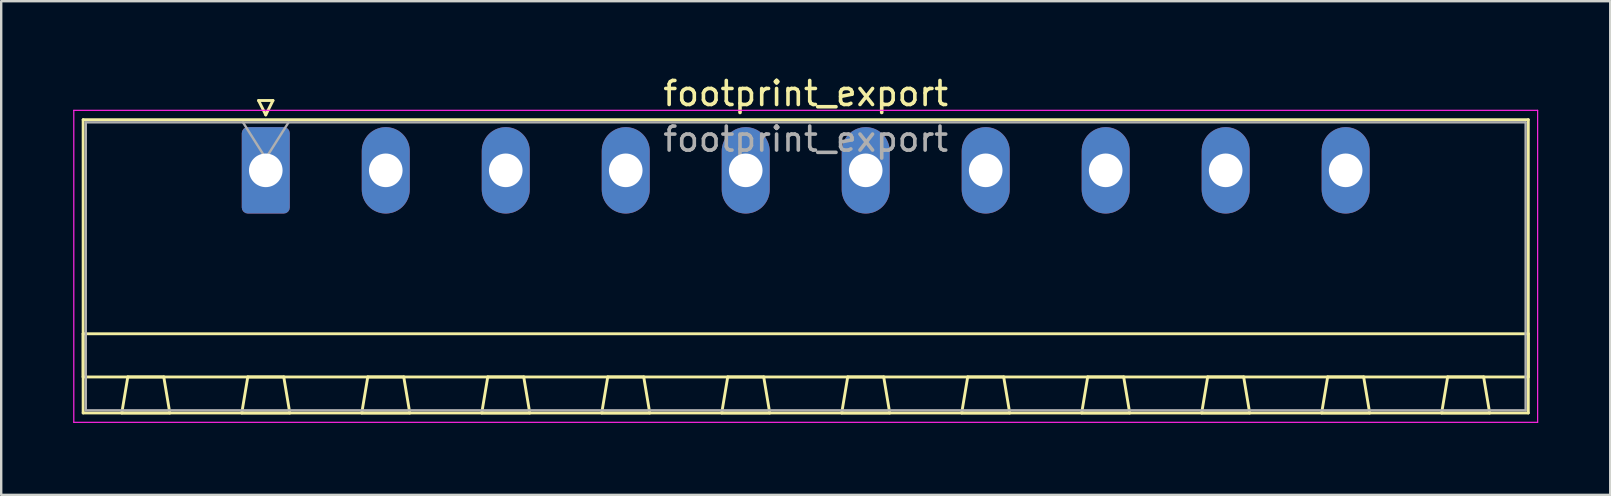
<source format=kicad_pcb>
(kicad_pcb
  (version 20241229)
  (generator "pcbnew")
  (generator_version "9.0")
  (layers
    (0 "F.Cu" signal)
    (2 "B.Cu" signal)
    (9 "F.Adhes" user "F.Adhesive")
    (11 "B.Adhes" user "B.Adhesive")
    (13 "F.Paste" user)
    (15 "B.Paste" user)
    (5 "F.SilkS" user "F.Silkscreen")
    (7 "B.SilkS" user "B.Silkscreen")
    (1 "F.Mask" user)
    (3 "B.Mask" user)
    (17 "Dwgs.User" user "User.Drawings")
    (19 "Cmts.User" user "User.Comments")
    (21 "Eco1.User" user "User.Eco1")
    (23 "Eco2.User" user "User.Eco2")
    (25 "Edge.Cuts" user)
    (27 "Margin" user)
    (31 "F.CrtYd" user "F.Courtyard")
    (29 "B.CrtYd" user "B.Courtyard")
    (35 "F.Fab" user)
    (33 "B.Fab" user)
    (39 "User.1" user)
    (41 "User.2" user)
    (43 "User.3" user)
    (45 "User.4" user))
  (footprint "footprint_export"
    (layer "F.Cu")
    (at 8.025 4.048)
    (property "Reference" "footprint_export" (at 22.5 -3.2 0) (layer "F.SilkS") (effects (font (size 1 1) (thickness 0.15))))
    (attr through_hole)
    (fp_line (start -7.61 -2.11) (end -7.61 10.11) (stroke (width 0.12) (type solid)) (layer "F.SilkS"))
    (fp_line (start -7.61 6.81) (end 52.61 6.81) (stroke (width 0.12) (type solid)) (layer "F.SilkS"))
    (fp_line (start -7.61 8.61) (end -7.61 6.81) (stroke (width 0.12) (type solid)) (layer "F.SilkS"))
    (fp_line (start -7.61 10.11) (end 52.61 10.11) (stroke (width 0.12) (type solid)) (layer "F.SilkS"))
    (fp_line (start -6 10.11) (end -4 10.11) (stroke (width 0.12) (type solid)) (layer "F.SilkS"))
    (fp_line (start -5.75 8.61) (end -6 10.11) (stroke (width 0.12) (type solid)) (layer "F.SilkS"))
    (fp_line (start -4.25 8.61) (end -5.75 8.61) (stroke (width 0.12) (type solid)) (layer "F.SilkS"))
    (fp_line (start -4 10.11) (end -4.25 8.61) (stroke (width 0.12) (type solid)) (layer "F.SilkS"))
    (fp_line (start -1 10.11) (end 1 10.11) (stroke (width 0.12) (type solid)) (layer "F.SilkS"))
    (fp_line (start -0.75 8.61) (end -1 10.11) (stroke (width 0.12) (type solid)) (layer "F.SilkS"))
    (fp_line (start -0.3 -2.91) (end 0.3 -2.91) (stroke (width 0.12) (type solid)) (layer "F.SilkS"))
    (fp_line (start 0 -2.31) (end -0.3 -2.91) (stroke (width 0.12) (type solid)) (layer "F.SilkS"))
    (fp_line (start 0.3 -2.91) (end 0 -2.31) (stroke (width 0.12) (type solid)) (layer "F.SilkS"))
    (fp_line (start 0.75 8.61) (end -0.75 8.61) (stroke (width 0.12) (type solid)) (layer "F.SilkS"))
    (fp_line (start 1 10.11) (end 0.75 8.61) (stroke (width 0.12) (type solid)) (layer "F.SilkS"))
    (fp_line (start 4 10.11) (end 6 10.11) (stroke (width 0.12) (type solid)) (layer "F.SilkS"))
    (fp_line (start 4.25 8.61) (end 4 10.11) (stroke (width 0.12) (type solid)) (layer "F.SilkS"))
    (fp_line (start 5.75 8.61) (end 4.25 8.61) (stroke (width 0.12) (type solid)) (layer "F.SilkS"))
    (fp_line (start 6 10.11) (end 5.75 8.61) (stroke (width 0.12) (type solid)) (layer "F.SilkS"))
    (fp_line (start 9 10.11) (end 11 10.11) (stroke (width 0.12) (type solid)) (layer "F.SilkS"))
    (fp_line (start 9.25 8.61) (end 9 10.11) (stroke (width 0.12) (type solid)) (layer "F.SilkS"))
    (fp_line (start 10.75 8.61) (end 9.25 8.61) (stroke (width 0.12) (type solid)) (layer "F.SilkS"))
    (fp_line (start 11 10.11) (end 10.75 8.61) (stroke (width 0.12) (type solid)) (layer "F.SilkS"))
    (fp_line (start 14 10.11) (end 16 10.11) (stroke (width 0.12) (type solid)) (layer "F.SilkS"))
    (fp_line (start 14.25 8.61) (end 14 10.11) (stroke (width 0.12) (type solid)) (layer "F.SilkS"))
    (fp_line (start 15.75 8.61) (end 14.25 8.61) (stroke (width 0.12) (type solid)) (layer "F.SilkS"))
    (fp_line (start 16 10.11) (end 15.75 8.61) (stroke (width 0.12) (type solid)) (layer "F.SilkS"))
    (fp_line (start 19 10.11) (end 21 10.11) (stroke (width 0.12) (type solid)) (layer "F.SilkS"))
    (fp_line (start 19.25 8.61) (end 19 10.11) (stroke (width 0.12) (type solid)) (layer "F.SilkS"))
    (fp_line (start 20.75 8.61) (end 19.25 8.61) (stroke (width 0.12) (type solid)) (layer "F.SilkS"))
    (fp_line (start 21 10.11) (end 20.75 8.61) (stroke (width 0.12) (type solid)) (layer "F.SilkS"))
    (fp_line (start 24 10.11) (end 26 10.11) (stroke (width 0.12) (type solid)) (layer "F.SilkS"))
    (fp_line (start 24.25 8.61) (end 24 10.11) (stroke (width 0.12) (type solid)) (layer "F.SilkS"))
    (fp_line (start 25.75 8.61) (end 24.25 8.61) (stroke (width 0.12) (type solid)) (layer "F.SilkS"))
    (fp_line (start 26 10.11) (end 25.75 8.61) (stroke (width 0.12) (type solid)) (layer "F.SilkS"))
    (fp_line (start 29 10.11) (end 31 10.11) (stroke (width 0.12) (type solid)) (layer "F.SilkS"))
    (fp_line (start 29.25 8.61) (end 29 10.11) (stroke (width 0.12) (type solid)) (layer "F.SilkS"))
    (fp_line (start 30.75 8.61) (end 29.25 8.61) (stroke (width 0.12) (type solid)) (layer "F.SilkS"))
    (fp_line (start 31 10.11) (end 30.75 8.61) (stroke (width 0.12) (type solid)) (layer "F.SilkS"))
    (fp_line (start 34 10.11) (end 36 10.11) (stroke (width 0.12) (type solid)) (layer "F.SilkS"))
    (fp_line (start 34.25 8.61) (end 34 10.11) (stroke (width 0.12) (type solid)) (layer "F.SilkS"))
    (fp_line (start 35.75 8.61) (end 34.25 8.61) (stroke (width 0.12) (type solid)) (layer "F.SilkS"))
    (fp_line (start 36 10.11) (end 35.75 8.61) (stroke (width 0.12) (type solid)) (layer "F.SilkS"))
    (fp_line (start 39 10.11) (end 41 10.11) (stroke (width 0.12) (type solid)) (layer "F.SilkS"))
    (fp_line (start 39.25 8.61) (end 39 10.11) (stroke (width 0.12) (type solid)) (layer "F.SilkS"))
    (fp_line (start 40.75 8.61) (end 39.25 8.61) (stroke (width 0.12) (type solid)) (layer "F.SilkS"))
    (fp_line (start 41 10.11) (end 40.75 8.61) (stroke (width 0.12) (type solid)) (layer "F.SilkS"))
    (fp_line (start 44 10.11) (end 46 10.11) (stroke (width 0.12) (type solid)) (layer "F.SilkS"))
    (fp_line (start 44.25 8.61) (end 44 10.11) (stroke (width 0.12) (type solid)) (layer "F.SilkS"))
    (fp_line (start 45.75 8.61) (end 44.25 8.61) (stroke (width 0.12) (type solid)) (layer "F.SilkS"))
    (fp_line (start 46 10.11) (end 45.75 8.61) (stroke (width 0.12) (type solid)) (layer "F.SilkS"))
    (fp_line (start 49 10.11) (end 51 10.11) (stroke (width 0.12) (type solid)) (layer "F.SilkS"))
    (fp_line (start 49.25 8.61) (end 49 10.11) (stroke (width 0.12) (type solid)) (layer "F.SilkS"))
    (fp_line (start 50.75 8.61) (end 49.25 8.61) (stroke (width 0.12) (type solid)) (layer "F.SilkS"))
    (fp_line (start 51 10.11) (end 50.75 8.61) (stroke (width 0.12) (type solid)) (layer "F.SilkS"))
    (fp_line (start 52.61 -2.11) (end -7.61 -2.11) (stroke (width 0.12) (type solid)) (layer "F.SilkS"))
    (fp_line (start 52.61 6.81) (end 52.61 8.61) (stroke (width 0.12) (type solid)) (layer "F.SilkS"))
    (fp_line (start 52.61 8.61) (end -7.61 8.61) (stroke (width 0.12) (type solid)) (layer "F.SilkS"))
    (fp_line (start 52.61 10.11) (end 52.61 -2.11) (stroke (width 0.12) (type solid)) (layer "F.SilkS"))
    (fp_line (start -8 -2.5) (end -8 10.5) (stroke (width 0.05) (type solid)) (layer "F.CrtYd"))
    (fp_line (start -8 10.5) (end 53 10.5) (stroke (width 0.05) (type solid)) (layer "F.CrtYd"))
    (fp_line (start 53 -2.5) (end -8 -2.5) (stroke (width 0.05) (type solid)) (layer "F.CrtYd"))
    (fp_line (start 53 10.5) (end 53 -2.5) (stroke (width 0.05) (type solid)) (layer "F.CrtYd"))
    (fp_line (start -7.5 -2) (end -7.5 10) (stroke (width 0.1) (type solid)) (layer "F.Fab"))
    (fp_line (start -7.5 10) (end 52.5 10) (stroke (width 0.1) (type solid)) (layer "F.Fab"))
    (fp_line (start 0 -0.5) (end -0.95 -2) (stroke (width 0.1) (type solid)) (layer "F.Fab"))
    (fp_line (start 0.95 -2) (end 0 -0.5) (stroke (width 0.1) (type solid)) (layer "F.Fab"))
    (fp_line (start 52.5 -2) (end -7.5 -2) (stroke (width 0.1) (type solid)) (layer "F.Fab"))
    (fp_line (start 52.5 10) (end 52.5 -2) (stroke (width 0.1) (type solid)) (layer "F.Fab"))
    (fp_text user "${REFERENCE}" (at 22.5 -1.3 0) (layer "F.Fab") (effects (font (size 1 1) (thickness 0.15))))
    (pad "1" thru_hole roundrect (at 0 0) (size 2 3.6) (drill 1.4) (layers "*.Cu" "*.Mask") (roundrect_rratio 0.125))
    (pad "2" thru_hole oval (at 5 0) (size 2 3.6) (drill 1.4) (layers "*.Cu" "*.Mask"))
    (pad "3" thru_hole oval (at 10 0) (size 2 3.6) (drill 1.4) (layers "*.Cu" "*.Mask"))
    (pad "4" thru_hole oval (at 15 0) (size 2 3.6) (drill 1.4) (layers "*.Cu" "*.Mask"))
    (pad "5" thru_hole oval (at 20 0) (size 2 3.6) (drill 1.4) (layers "*.Cu" "*.Mask"))
    (pad "6" thru_hole oval (at 25 0) (size 2 3.6) (drill 1.4) (layers "*.Cu" "*.Mask"))
    (pad "7" thru_hole oval (at 30 0) (size 2 3.6) (drill 1.4) (layers "*.Cu" "*.Mask"))
    (pad "8" thru_hole oval (at 35 0) (size 2 3.6) (drill 1.4) (layers "*.Cu" "*.Mask"))
    (pad "9" thru_hole oval (at 40 0) (size 2 3.6) (drill 1.4) (layers "*.Cu" "*.Mask"))
    (pad "10" thru_hole oval (at 45 0) (size 2 3.6) (drill 1.4) (layers "*.Cu" "*.Mask")))
  (gr_rect
    (start -3 -3)
    (end 64.05 17.573)
    (stroke (width 0.1) (type default))
    (fill no)
    (layer "Edge.Cuts")))
</source>
